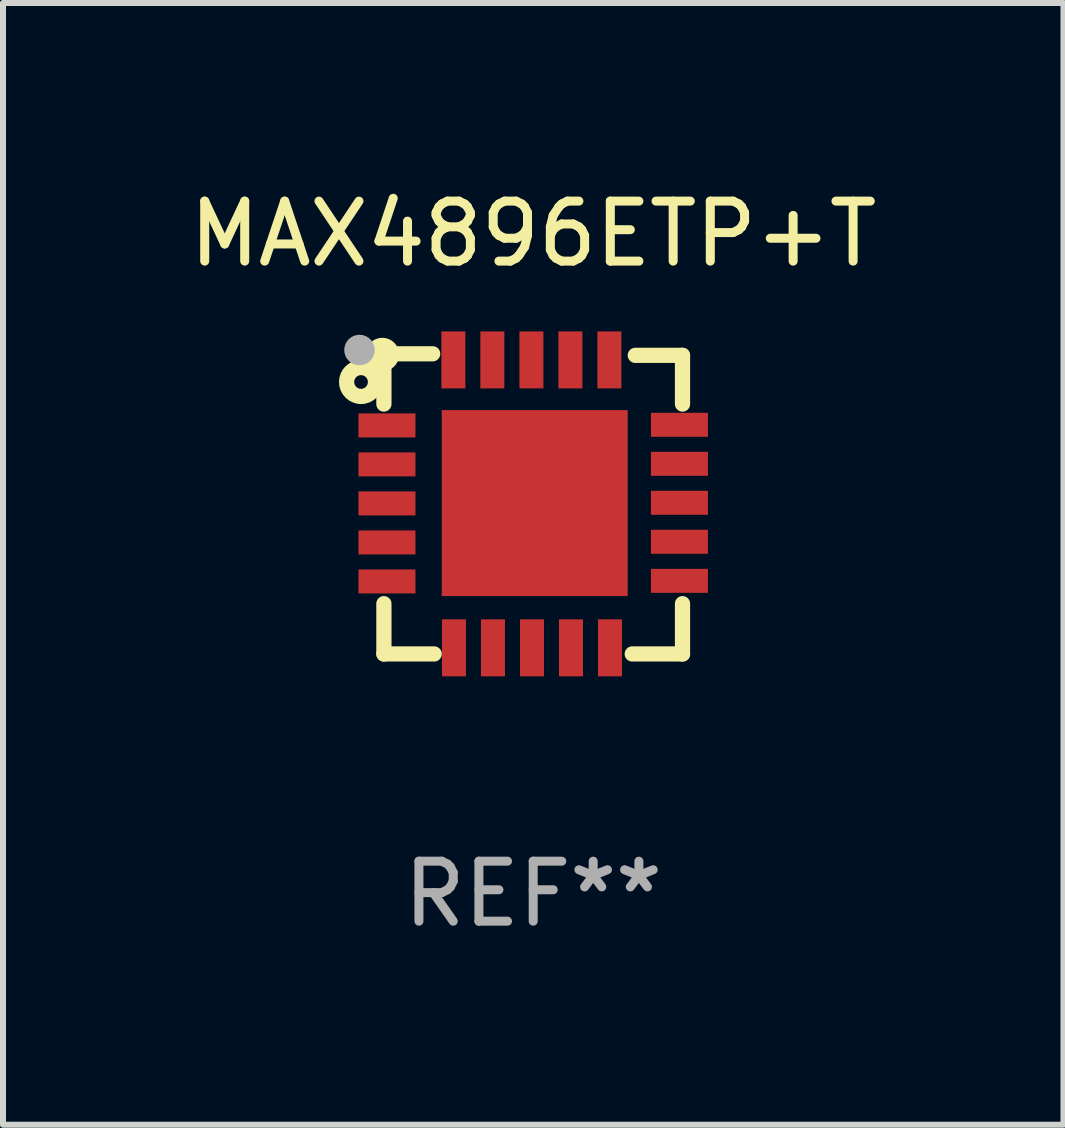
<source format=kicad_pcb>
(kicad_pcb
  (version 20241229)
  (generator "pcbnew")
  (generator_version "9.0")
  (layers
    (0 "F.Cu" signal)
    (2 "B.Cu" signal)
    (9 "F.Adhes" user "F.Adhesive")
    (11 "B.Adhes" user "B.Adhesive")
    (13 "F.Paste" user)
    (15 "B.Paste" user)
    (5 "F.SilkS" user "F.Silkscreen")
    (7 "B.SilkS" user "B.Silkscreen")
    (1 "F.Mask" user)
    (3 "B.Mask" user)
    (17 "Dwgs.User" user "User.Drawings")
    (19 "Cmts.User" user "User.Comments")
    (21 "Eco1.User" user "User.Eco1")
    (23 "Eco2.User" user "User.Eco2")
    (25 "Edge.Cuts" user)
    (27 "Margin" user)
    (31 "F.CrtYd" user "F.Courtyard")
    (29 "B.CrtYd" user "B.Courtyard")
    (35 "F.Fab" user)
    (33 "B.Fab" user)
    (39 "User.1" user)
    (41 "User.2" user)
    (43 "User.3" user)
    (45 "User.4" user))
  (footprint "MAX4896ETP+T"
    (layer "F.Cu")
    (at 5.839 5.35)
    (property "Reference" "MAX4896ETP+T" (at 0 -4.502 0) (layer "F.SilkS") (effects (font (size 1 1) (thickness 0.15))))
    (attr through_hole)
    (fp_line (start -2.489 -2.502) (end -2.489 -2.476) (stroke (width 0.254) (type solid)) (layer "F.SilkS"))
    (fp_line (start -2.489 -2.476) (end -2.489 -1.664) (stroke (width 0.254) (type solid)) (layer "F.SilkS"))
    (fp_line (start -2.489 2.502) (end -2.489 1.664) (stroke (width 0.254) (type solid)) (layer "F.SilkS"))
    (fp_line (start -2.464 -2.502) (end -2.489 -2.502) (stroke (width 0.254) (type solid)) (layer "F.SilkS"))
    (fp_line (start -1.676 -2.502) (end -2.464 -2.502) (stroke (width 0.254) (type solid)) (layer "F.SilkS"))
    (fp_line (start -1.651 2.502) (end -2.489 2.502) (stroke (width 0.254) (type solid)) (layer "F.SilkS"))
    (fp_line (start 2.489 -2.476) (end 1.702 -2.476) (stroke (width 0.254) (type solid)) (layer "F.SilkS"))
    (fp_line (start 2.489 -1.664) (end 2.489 -2.476) (stroke (width 0.254) (type solid)) (layer "F.SilkS"))
    (fp_line (start 2.489 1.664) (end 2.489 2.502) (stroke (width 0.254) (type solid)) (layer "F.SilkS"))
    (fp_line (start 2.489 2.502) (end 1.651 2.502) (stroke (width 0.254) (type solid)) (layer "F.SilkS"))
    (fp_circle (center -2.87 -2.032) (end -2.756 -2.032) (stroke (width 0.254) (type solid)) (fill no) (layer "F.SilkS"))
    (fp_circle (center -2.515 -2.489) (end -2.489 -2.489) (stroke (width 0.254) (type solid)) (fill no) (layer "F.SilkS"))
    (fp_circle (center -2.896 -2.565) (end -2.769 -2.565) (stroke (width 0.254) (type solid)) (fill no) (layer "F.Fab"))
    (fp_text user "REF**" (at 0 6.502 0) (layer "F.Fab") (effects (font (size 1 1) (thickness 0.15))))
    (pad "1" smd rect (at -2.438 -1.308 270) (size 0.4 0.95) (layers "F.Cu" "F.Mask" "F.Paste"))
    (pad "2" smd rect (at -2.438 -0.658 270) (size 0.4 0.95) (layers "F.Cu" "F.Mask" "F.Paste"))
    (pad "3" smd rect (at -2.438 -0.008 270) (size 0.4 0.95) (layers "F.Cu" "F.Mask" "F.Paste"))
    (pad "4" smd rect (at -2.438 0.643 270) (size 0.4 0.95) (layers "F.Cu" "F.Mask" "F.Paste"))
    (pad "5" smd rect (at -2.438 1.293 270) (size 0.4 0.95) (layers "F.Cu" "F.Mask" "F.Paste"))
    (pad "6" smd rect (at -1.321 2.4) (size 0.4 0.95) (layers "F.Cu" "F.Mask" "F.Paste"))
    (pad "7" smd rect (at -0.671 2.4) (size 0.4 0.95) (layers "F.Cu" "F.Mask" "F.Paste"))
    (pad "8" smd rect (at -0.02 2.4) (size 0.4 0.95) (layers "F.Cu" "F.Mask" "F.Paste"))
    (pad "9" smd rect (at 0.63 2.4) (size 0.4 0.95) (layers "F.Cu" "F.Mask" "F.Paste"))
    (pad "10" smd rect (at 1.28 2.4) (size 0.4 0.95) (layers "F.Cu" "F.Mask" "F.Paste"))
    (pad "11" smd rect (at 2.438 1.283 90) (size 0.4 0.95) (layers "F.Cu" "F.Mask" "F.Paste"))
    (pad "12" smd rect (at 2.438 0.632 90) (size 0.4 0.95) (layers "F.Cu" "F.Mask" "F.Paste"))
    (pad "13" smd rect (at 2.438 -0.018 90) (size 0.4 0.95) (layers "F.Cu" "F.Mask" "F.Paste"))
    (pad "14" smd rect (at 2.438 -0.668 90) (size 0.4 0.95) (layers "F.Cu" "F.Mask" "F.Paste"))
    (pad "15" smd rect (at 2.438 -1.318 90) (size 0.4 0.95) (layers "F.Cu" "F.Mask" "F.Paste"))
    (pad "16" smd rect (at 1.27 -2.4 180) (size 0.4 0.95) (layers "F.Cu" "F.Mask" "F.Paste"))
    (pad "17" smd rect (at 0.62 -2.4 180) (size 0.4 0.95) (layers "F.Cu" "F.Mask" "F.Paste"))
    (pad "18" smd rect (at -0.03 -2.4 180) (size 0.4 0.95) (layers "F.Cu" "F.Mask" "F.Paste"))
    (pad "19" smd rect (at -0.681 -2.4 180) (size 0.4 0.95) (layers "F.Cu" "F.Mask" "F.Paste"))
    (pad "20" smd rect (at -1.331 -2.4 180) (size 0.4 0.95) (layers "F.Cu" "F.Mask" "F.Paste"))
    (pad "21" smd rect (at 0.025 -0.013 180) (size 3.1 3.1) (layers "F.Cu" "F.Mask" "F.Paste")))
  (gr_rect
    (start -3 -3)
    (end 14.679 15.7)
    (stroke (width 0.1) (type default))
    (fill no)
    (layer "Edge.Cuts")))
</source>
